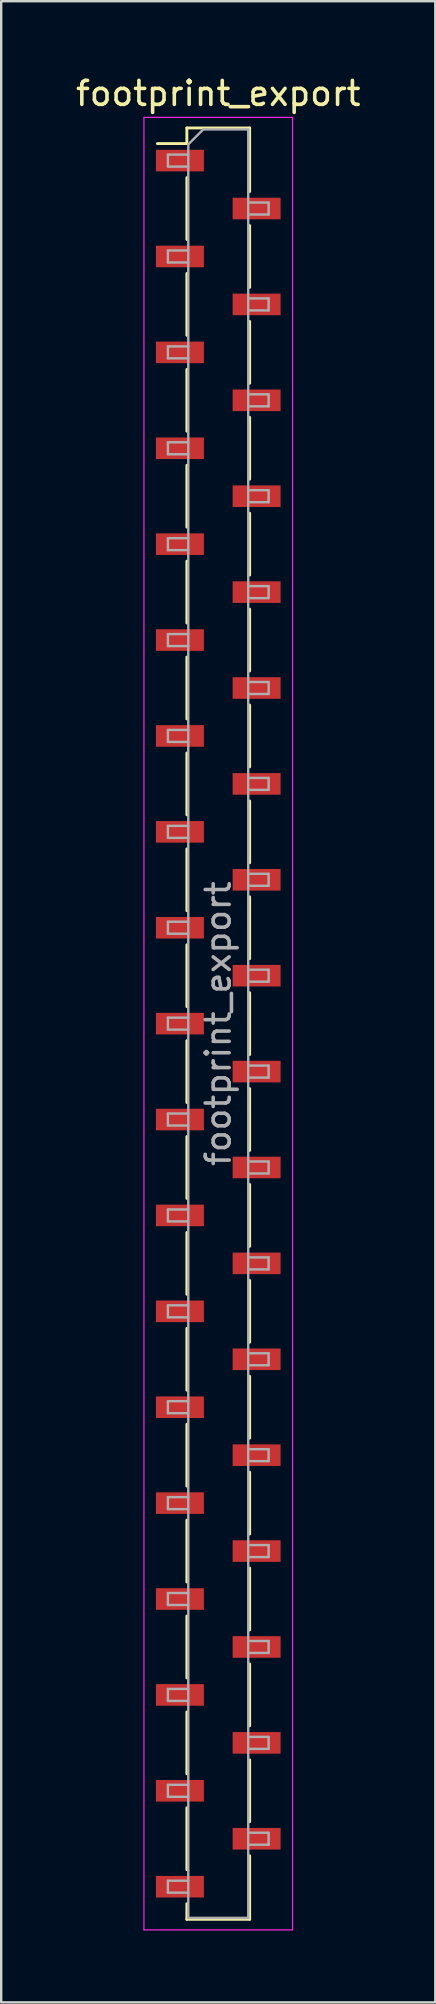
<source format=kicad_pcb>
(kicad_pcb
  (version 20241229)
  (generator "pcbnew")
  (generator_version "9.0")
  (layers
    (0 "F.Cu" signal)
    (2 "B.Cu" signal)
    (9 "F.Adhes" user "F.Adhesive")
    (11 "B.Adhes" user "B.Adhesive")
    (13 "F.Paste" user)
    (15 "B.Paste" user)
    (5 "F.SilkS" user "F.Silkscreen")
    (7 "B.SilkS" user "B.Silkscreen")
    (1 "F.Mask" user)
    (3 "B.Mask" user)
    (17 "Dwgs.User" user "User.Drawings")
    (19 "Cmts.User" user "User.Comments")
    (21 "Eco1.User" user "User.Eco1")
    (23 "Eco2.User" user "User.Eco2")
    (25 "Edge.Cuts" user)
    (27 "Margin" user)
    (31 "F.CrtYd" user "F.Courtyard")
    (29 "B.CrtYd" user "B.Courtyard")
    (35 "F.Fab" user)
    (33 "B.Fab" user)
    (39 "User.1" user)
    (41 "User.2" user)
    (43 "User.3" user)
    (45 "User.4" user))
  (footprint "footprint_export"
    (layer "F.Cu")
    (at 6.054 39.648)
    (property "Reference" "footprint_export" (at 0 -38.8 0) (layer "F.SilkS") (effects (font (size 1 1) (thickness 0.15))))
    (attr smd)
    (fp_line (start -2.54 -36.71) (end -1.31 -36.71) (stroke (width 0.12) (type solid)) (layer "F.SilkS"))
    (fp_line (start -1.31 -37.36) (end -1.31 -36.71) (stroke (width 0.12) (type solid)) (layer "F.SilkS"))
    (fp_line (start -1.31 -37.36) (end 1.31 -37.36) (stroke (width 0.12) (type solid)) (layer "F.SilkS"))
    (fp_line (start -1.31 -35.29) (end -1.31 -32.71) (stroke (width 0.12) (type solid)) (layer "F.SilkS"))
    (fp_line (start -1.31 -31.29) (end -1.31 -28.71) (stroke (width 0.12) (type solid)) (layer "F.SilkS"))
    (fp_line (start -1.31 -27.29) (end -1.31 -24.71) (stroke (width 0.12) (type solid)) (layer "F.SilkS"))
    (fp_line (start -1.31 -23.29) (end -1.31 -20.71) (stroke (width 0.12) (type solid)) (layer "F.SilkS"))
    (fp_line (start -1.31 -19.29) (end -1.31 -16.71) (stroke (width 0.12) (type solid)) (layer "F.SilkS"))
    (fp_line (start -1.31 -15.29) (end -1.31 -12.71) (stroke (width 0.12) (type solid)) (layer "F.SilkS"))
    (fp_line (start -1.31 -11.29) (end -1.31 -8.71) (stroke (width 0.12) (type solid)) (layer "F.SilkS"))
    (fp_line (start -1.31 -7.29) (end -1.31 -4.71) (stroke (width 0.12) (type solid)) (layer "F.SilkS"))
    (fp_line (start -1.31 -3.29) (end -1.31 -0.71) (stroke (width 0.12) (type solid)) (layer "F.SilkS"))
    (fp_line (start -1.31 0.71) (end -1.31 3.29) (stroke (width 0.12) (type solid)) (layer "F.SilkS"))
    (fp_line (start -1.31 4.71) (end -1.31 7.29) (stroke (width 0.12) (type solid)) (layer "F.SilkS"))
    (fp_line (start -1.31 8.71) (end -1.31 11.29) (stroke (width 0.12) (type solid)) (layer "F.SilkS"))
    (fp_line (start -1.31 12.71) (end -1.31 15.29) (stroke (width 0.12) (type solid)) (layer "F.SilkS"))
    (fp_line (start -1.31 16.71) (end -1.31 19.29) (stroke (width 0.12) (type solid)) (layer "F.SilkS"))
    (fp_line (start -1.31 20.71) (end -1.31 23.29) (stroke (width 0.12) (type solid)) (layer "F.SilkS"))
    (fp_line (start -1.31 24.71) (end -1.31 27.29) (stroke (width 0.12) (type solid)) (layer "F.SilkS"))
    (fp_line (start -1.31 28.71) (end -1.31 31.29) (stroke (width 0.12) (type solid)) (layer "F.SilkS"))
    (fp_line (start -1.31 32.71) (end -1.31 35.29) (stroke (width 0.12) (type solid)) (layer "F.SilkS"))
    (fp_line (start -1.31 36.71) (end -1.31 37.36) (stroke (width 0.12) (type solid)) (layer "F.SilkS"))
    (fp_line (start -1.31 37.36) (end 1.31 37.36) (stroke (width 0.12) (type solid)) (layer "F.SilkS"))
    (fp_line (start 1.31 -37.36) (end 1.31 -34.71) (stroke (width 0.12) (type solid)) (layer "F.SilkS"))
    (fp_line (start 1.31 -33.29) (end 1.31 -30.71) (stroke (width 0.12) (type solid)) (layer "F.SilkS"))
    (fp_line (start 1.31 -29.29) (end 1.31 -26.71) (stroke (width 0.12) (type solid)) (layer "F.SilkS"))
    (fp_line (start 1.31 -25.29) (end 1.31 -22.71) (stroke (width 0.12) (type solid)) (layer "F.SilkS"))
    (fp_line (start 1.31 -21.29) (end 1.31 -18.71) (stroke (width 0.12) (type solid)) (layer "F.SilkS"))
    (fp_line (start 1.31 -17.29) (end 1.31 -14.71) (stroke (width 0.12) (type solid)) (layer "F.SilkS"))
    (fp_line (start 1.31 -13.29) (end 1.31 -10.71) (stroke (width 0.12) (type solid)) (layer "F.SilkS"))
    (fp_line (start 1.31 -9.29) (end 1.31 -6.71) (stroke (width 0.12) (type solid)) (layer "F.SilkS"))
    (fp_line (start 1.31 -5.29) (end 1.31 -2.71) (stroke (width 0.12) (type solid)) (layer "F.SilkS"))
    (fp_line (start 1.31 -1.29) (end 1.31 1.29) (stroke (width 0.12) (type solid)) (layer "F.SilkS"))
    (fp_line (start 1.31 2.71) (end 1.31 5.29) (stroke (width 0.12) (type solid)) (layer "F.SilkS"))
    (fp_line (start 1.31 6.71) (end 1.31 9.29) (stroke (width 0.12) (type solid)) (layer "F.SilkS"))
    (fp_line (start 1.31 10.71) (end 1.31 13.29) (stroke (width 0.12) (type solid)) (layer "F.SilkS"))
    (fp_line (start 1.31 14.71) (end 1.31 17.29) (stroke (width 0.12) (type solid)) (layer "F.SilkS"))
    (fp_line (start 1.31 18.71) (end 1.31 21.29) (stroke (width 0.12) (type solid)) (layer "F.SilkS"))
    (fp_line (start 1.31 22.71) (end 1.31 25.29) (stroke (width 0.12) (type solid)) (layer "F.SilkS"))
    (fp_line (start 1.31 26.71) (end 1.31 29.29) (stroke (width 0.12) (type solid)) (layer "F.SilkS"))
    (fp_line (start 1.31 30.71) (end 1.31 33.29) (stroke (width 0.12) (type solid)) (layer "F.SilkS"))
    (fp_line (start 1.31 34.71) (end 1.31 37.36) (stroke (width 0.12) (type solid)) (layer "F.SilkS"))
    (fp_line (start -3.1 -37.8) (end 3.1 -37.8) (stroke (width 0.05) (type solid)) (layer "F.CrtYd"))
    (fp_line (start -3.1 37.8) (end -3.1 -37.8) (stroke (width 0.05) (type solid)) (layer "F.CrtYd"))
    (fp_line (start 3.1 -37.8) (end 3.1 37.8) (stroke (width 0.05) (type solid)) (layer "F.CrtYd"))
    (fp_line (start 3.1 37.8) (end -3.1 37.8) (stroke (width 0.05) (type solid)) (layer "F.CrtYd"))
    (fp_line (start -2.1 -36.25) (end -1.25 -36.25) (stroke (width 0.1) (type solid)) (layer "F.Fab"))
    (fp_line (start -2.1 -35.75) (end -2.1 -36.25) (stroke (width 0.1) (type solid)) (layer "F.Fab"))
    (fp_line (start -2.1 -32.25) (end -1.25 -32.25) (stroke (width 0.1) (type solid)) (layer "F.Fab"))
    (fp_line (start -2.1 -31.75) (end -2.1 -32.25) (stroke (width 0.1) (type solid)) (layer "F.Fab"))
    (fp_line (start -2.1 -28.25) (end -1.25 -28.25) (stroke (width 0.1) (type solid)) (layer "F.Fab"))
    (fp_line (start -2.1 -27.75) (end -2.1 -28.25) (stroke (width 0.1) (type solid)) (layer "F.Fab"))
    (fp_line (start -2.1 -24.25) (end -1.25 -24.25) (stroke (width 0.1) (type solid)) (layer "F.Fab"))
    (fp_line (start -2.1 -23.75) (end -2.1 -24.25) (stroke (width 0.1) (type solid)) (layer "F.Fab"))
    (fp_line (start -2.1 -20.25) (end -1.25 -20.25) (stroke (width 0.1) (type solid)) (layer "F.Fab"))
    (fp_line (start -2.1 -19.75) (end -2.1 -20.25) (stroke (width 0.1) (type solid)) (layer "F.Fab"))
    (fp_line (start -2.1 -16.25) (end -1.25 -16.25) (stroke (width 0.1) (type solid)) (layer "F.Fab"))
    (fp_line (start -2.1 -15.75) (end -2.1 -16.25) (stroke (width 0.1) (type solid)) (layer "F.Fab"))
    (fp_line (start -2.1 -12.25) (end -1.25 -12.25) (stroke (width 0.1) (type solid)) (layer "F.Fab"))
    (fp_line (start -2.1 -11.75) (end -2.1 -12.25) (stroke (width 0.1) (type solid)) (layer "F.Fab"))
    (fp_line (start -2.1 -8.25) (end -1.25 -8.25) (stroke (width 0.1) (type solid)) (layer "F.Fab"))
    (fp_line (start -2.1 -7.75) (end -2.1 -8.25) (stroke (width 0.1) (type solid)) (layer "F.Fab"))
    (fp_line (start -2.1 -4.25) (end -1.25 -4.25) (stroke (width 0.1) (type solid)) (layer "F.Fab"))
    (fp_line (start -2.1 -3.75) (end -2.1 -4.25) (stroke (width 0.1) (type solid)) (layer "F.Fab"))
    (fp_line (start -2.1 -0.25) (end -1.25 -0.25) (stroke (width 0.1) (type solid)) (layer "F.Fab"))
    (fp_line (start -2.1 0.25) (end -2.1 -0.25) (stroke (width 0.1) (type solid)) (layer "F.Fab"))
    (fp_line (start -2.1 3.75) (end -1.25 3.75) (stroke (width 0.1) (type solid)) (layer "F.Fab"))
    (fp_line (start -2.1 4.25) (end -2.1 3.75) (stroke (width 0.1) (type solid)) (layer "F.Fab"))
    (fp_line (start -2.1 7.75) (end -1.25 7.75) (stroke (width 0.1) (type solid)) (layer "F.Fab"))
    (fp_line (start -2.1 8.25) (end -2.1 7.75) (stroke (width 0.1) (type solid)) (layer "F.Fab"))
    (fp_line (start -2.1 11.75) (end -1.25 11.75) (stroke (width 0.1) (type solid)) (layer "F.Fab"))
    (fp_line (start -2.1 12.25) (end -2.1 11.75) (stroke (width 0.1) (type solid)) (layer "F.Fab"))
    (fp_line (start -2.1 15.75) (end -1.25 15.75) (stroke (width 0.1) (type solid)) (layer "F.Fab"))
    (fp_line (start -2.1 16.25) (end -2.1 15.75) (stroke (width 0.1) (type solid)) (layer "F.Fab"))
    (fp_line (start -2.1 19.75) (end -1.25 19.75) (stroke (width 0.1) (type solid)) (layer "F.Fab"))
    (fp_line (start -2.1 20.25) (end -2.1 19.75) (stroke (width 0.1) (type solid)) (layer "F.Fab"))
    (fp_line (start -2.1 23.75) (end -1.25 23.75) (stroke (width 0.1) (type solid)) (layer "F.Fab"))
    (fp_line (start -2.1 24.25) (end -2.1 23.75) (stroke (width 0.1) (type solid)) (layer "F.Fab"))
    (fp_line (start -2.1 27.75) (end -1.25 27.75) (stroke (width 0.1) (type solid)) (layer "F.Fab"))
    (fp_line (start -2.1 28.25) (end -2.1 27.75) (stroke (width 0.1) (type solid)) (layer "F.Fab"))
    (fp_line (start -2.1 31.75) (end -1.25 31.75) (stroke (width 0.1) (type solid)) (layer "F.Fab"))
    (fp_line (start -2.1 32.25) (end -2.1 31.75) (stroke (width 0.1) (type solid)) (layer "F.Fab"))
    (fp_line (start -2.1 35.75) (end -1.25 35.75) (stroke (width 0.1) (type solid)) (layer "F.Fab"))
    (fp_line (start -2.1 36.25) (end -2.1 35.75) (stroke (width 0.1) (type solid)) (layer "F.Fab"))
    (fp_line (start -1.25 -36.675) (end -0.625 -37.3) (stroke (width 0.1) (type solid)) (layer "F.Fab"))
    (fp_line (start -1.25 -35.75) (end -2.1 -35.75) (stroke (width 0.1) (type solid)) (layer "F.Fab"))
    (fp_line (start -1.25 -31.75) (end -2.1 -31.75) (stroke (width 0.1) (type solid)) (layer "F.Fab"))
    (fp_line (start -1.25 -27.75) (end -2.1 -27.75) (stroke (width 0.1) (type solid)) (layer "F.Fab"))
    (fp_line (start -1.25 -23.75) (end -2.1 -23.75) (stroke (width 0.1) (type solid)) (layer "F.Fab"))
    (fp_line (start -1.25 -19.75) (end -2.1 -19.75) (stroke (width 0.1) (type solid)) (layer "F.Fab"))
    (fp_line (start -1.25 -15.75) (end -2.1 -15.75) (stroke (width 0.1) (type solid)) (layer "F.Fab"))
    (fp_line (start -1.25 -11.75) (end -2.1 -11.75) (stroke (width 0.1) (type solid)) (layer "F.Fab"))
    (fp_line (start -1.25 -7.75) (end -2.1 -7.75) (stroke (width 0.1) (type solid)) (layer "F.Fab"))
    (fp_line (start -1.25 -3.75) (end -2.1 -3.75) (stroke (width 0.1) (type solid)) (layer "F.Fab"))
    (fp_line (start -1.25 0.25) (end -2.1 0.25) (stroke (width 0.1) (type solid)) (layer "F.Fab"))
    (fp_line (start -1.25 4.25) (end -2.1 4.25) (stroke (width 0.1) (type solid)) (layer "F.Fab"))
    (fp_line (start -1.25 8.25) (end -2.1 8.25) (stroke (width 0.1) (type solid)) (layer "F.Fab"))
    (fp_line (start -1.25 12.25) (end -2.1 12.25) (stroke (width 0.1) (type solid)) (layer "F.Fab"))
    (fp_line (start -1.25 16.25) (end -2.1 16.25) (stroke (width 0.1) (type solid)) (layer "F.Fab"))
    (fp_line (start -1.25 20.25) (end -2.1 20.25) (stroke (width 0.1) (type solid)) (layer "F.Fab"))
    (fp_line (start -1.25 24.25) (end -2.1 24.25) (stroke (width 0.1) (type solid)) (layer "F.Fab"))
    (fp_line (start -1.25 28.25) (end -2.1 28.25) (stroke (width 0.1) (type solid)) (layer "F.Fab"))
    (fp_line (start -1.25 32.25) (end -2.1 32.25) (stroke (width 0.1) (type solid)) (layer "F.Fab"))
    (fp_line (start -1.25 36.25) (end -2.1 36.25) (stroke (width 0.1) (type solid)) (layer "F.Fab"))
    (fp_line (start -1.25 37.3) (end -1.25 -36.675) (stroke (width 0.1) (type solid)) (layer "F.Fab"))
    (fp_line (start -0.625 -37.3) (end 1.25 -37.3) (stroke (width 0.1) (type solid)) (layer "F.Fab"))
    (fp_line (start 1.25 -37.3) (end 1.25 37.3) (stroke (width 0.1) (type solid)) (layer "F.Fab"))
    (fp_line (start 1.25 -34.25) (end 2.1 -34.25) (stroke (width 0.1) (type solid)) (layer "F.Fab"))
    (fp_line (start 1.25 -30.25) (end 2.1 -30.25) (stroke (width 0.1) (type solid)) (layer "F.Fab"))
    (fp_line (start 1.25 -26.25) (end 2.1 -26.25) (stroke (width 0.1) (type solid)) (layer "F.Fab"))
    (fp_line (start 1.25 -22.25) (end 2.1 -22.25) (stroke (width 0.1) (type solid)) (layer "F.Fab"))
    (fp_line (start 1.25 -18.25) (end 2.1 -18.25) (stroke (width 0.1) (type solid)) (layer "F.Fab"))
    (fp_line (start 1.25 -14.25) (end 2.1 -14.25) (stroke (width 0.1) (type solid)) (layer "F.Fab"))
    (fp_line (start 1.25 -10.25) (end 2.1 -10.25) (stroke (width 0.1) (type solid)) (layer "F.Fab"))
    (fp_line (start 1.25 -6.25) (end 2.1 -6.25) (stroke (width 0.1) (type solid)) (layer "F.Fab"))
    (fp_line (start 1.25 -2.25) (end 2.1 -2.25) (stroke (width 0.1) (type solid)) (layer "F.Fab"))
    (fp_line (start 1.25 1.75) (end 2.1 1.75) (stroke (width 0.1) (type solid)) (layer "F.Fab"))
    (fp_line (start 1.25 5.75) (end 2.1 5.75) (stroke (width 0.1) (type solid)) (layer "F.Fab"))
    (fp_line (start 1.25 9.75) (end 2.1 9.75) (stroke (width 0.1) (type solid)) (layer "F.Fab"))
    (fp_line (start 1.25 13.75) (end 2.1 13.75) (stroke (width 0.1) (type solid)) (layer "F.Fab"))
    (fp_line (start 1.25 17.75) (end 2.1 17.75) (stroke (width 0.1) (type solid)) (layer "F.Fab"))
    (fp_line (start 1.25 21.75) (end 2.1 21.75) (stroke (width 0.1) (type solid)) (layer "F.Fab"))
    (fp_line (start 1.25 25.75) (end 2.1 25.75) (stroke (width 0.1) (type solid)) (layer "F.Fab"))
    (fp_line (start 1.25 29.75) (end 2.1 29.75) (stroke (width 0.1) (type solid)) (layer "F.Fab"))
    (fp_line (start 1.25 33.75) (end 2.1 33.75) (stroke (width 0.1) (type solid)) (layer "F.Fab"))
    (fp_line (start 1.25 37.3) (end -1.25 37.3) (stroke (width 0.1) (type solid)) (layer "F.Fab"))
    (fp_line (start 2.1 -34.25) (end 2.1 -33.75) (stroke (width 0.1) (type solid)) (layer "F.Fab"))
    (fp_line (start 2.1 -33.75) (end 1.25 -33.75) (stroke (width 0.1) (type solid)) (layer "F.Fab"))
    (fp_line (start 2.1 -30.25) (end 2.1 -29.75) (stroke (width 0.1) (type solid)) (layer "F.Fab"))
    (fp_line (start 2.1 -29.75) (end 1.25 -29.75) (stroke (width 0.1) (type solid)) (layer "F.Fab"))
    (fp_line (start 2.1 -26.25) (end 2.1 -25.75) (stroke (width 0.1) (type solid)) (layer "F.Fab"))
    (fp_line (start 2.1 -25.75) (end 1.25 -25.75) (stroke (width 0.1) (type solid)) (layer "F.Fab"))
    (fp_line (start 2.1 -22.25) (end 2.1 -21.75) (stroke (width 0.1) (type solid)) (layer "F.Fab"))
    (fp_line (start 2.1 -21.75) (end 1.25 -21.75) (stroke (width 0.1) (type solid)) (layer "F.Fab"))
    (fp_line (start 2.1 -18.25) (end 2.1 -17.75) (stroke (width 0.1) (type solid)) (layer "F.Fab"))
    (fp_line (start 2.1 -17.75) (end 1.25 -17.75) (stroke (width 0.1) (type solid)) (layer "F.Fab"))
    (fp_line (start 2.1 -14.25) (end 2.1 -13.75) (stroke (width 0.1) (type solid)) (layer "F.Fab"))
    (fp_line (start 2.1 -13.75) (end 1.25 -13.75) (stroke (width 0.1) (type solid)) (layer "F.Fab"))
    (fp_line (start 2.1 -10.25) (end 2.1 -9.75) (stroke (width 0.1) (type solid)) (layer "F.Fab"))
    (fp_line (start 2.1 -9.75) (end 1.25 -9.75) (stroke (width 0.1) (type solid)) (layer "F.Fab"))
    (fp_line (start 2.1 -6.25) (end 2.1 -5.75) (stroke (width 0.1) (type solid)) (layer "F.Fab"))
    (fp_line (start 2.1 -5.75) (end 1.25 -5.75) (stroke (width 0.1) (type solid)) (layer "F.Fab"))
    (fp_line (start 2.1 -2.25) (end 2.1 -1.75) (stroke (width 0.1) (type solid)) (layer "F.Fab"))
    (fp_line (start 2.1 -1.75) (end 1.25 -1.75) (stroke (width 0.1) (type solid)) (layer "F.Fab"))
    (fp_line (start 2.1 1.75) (end 2.1 2.25) (stroke (width 0.1) (type solid)) (layer "F.Fab"))
    (fp_line (start 2.1 2.25) (end 1.25 2.25) (stroke (width 0.1) (type solid)) (layer "F.Fab"))
    (fp_line (start 2.1 5.75) (end 2.1 6.25) (stroke (width 0.1) (type solid)) (layer "F.Fab"))
    (fp_line (start 2.1 6.25) (end 1.25 6.25) (stroke (width 0.1) (type solid)) (layer "F.Fab"))
    (fp_line (start 2.1 9.75) (end 2.1 10.25) (stroke (width 0.1) (type solid)) (layer "F.Fab"))
    (fp_line (start 2.1 10.25) (end 1.25 10.25) (stroke (width 0.1) (type solid)) (layer "F.Fab"))
    (fp_line (start 2.1 13.75) (end 2.1 14.25) (stroke (width 0.1) (type solid)) (layer "F.Fab"))
    (fp_line (start 2.1 14.25) (end 1.25 14.25) (stroke (width 0.1) (type solid)) (layer "F.Fab"))
    (fp_line (start 2.1 17.75) (end 2.1 18.25) (stroke (width 0.1) (type solid)) (layer "F.Fab"))
    (fp_line (start 2.1 18.25) (end 1.25 18.25) (stroke (width 0.1) (type solid)) (layer "F.Fab"))
    (fp_line (start 2.1 21.75) (end 2.1 22.25) (stroke (width 0.1) (type solid)) (layer "F.Fab"))
    (fp_line (start 2.1 22.25) (end 1.25 22.25) (stroke (width 0.1) (type solid)) (layer "F.Fab"))
    (fp_line (start 2.1 25.75) (end 2.1 26.25) (stroke (width 0.1) (type solid)) (layer "F.Fab"))
    (fp_line (start 2.1 26.25) (end 1.25 26.25) (stroke (width 0.1) (type solid)) (layer "F.Fab"))
    (fp_line (start 2.1 29.75) (end 2.1 30.25) (stroke (width 0.1) (type solid)) (layer "F.Fab"))
    (fp_line (start 2.1 30.25) (end 1.25 30.25) (stroke (width 0.1) (type solid)) (layer "F.Fab"))
    (fp_line (start 2.1 33.75) (end 2.1 34.25) (stroke (width 0.1) (type solid)) (layer "F.Fab"))
    (fp_line (start 2.1 34.25) (end 1.25 34.25) (stroke (width 0.1) (type solid)) (layer "F.Fab"))
    (fp_text user "${REFERENCE}" (at 0 0 90) (layer "F.Fab") (effects (font (size 1 1) (thickness 0.15))))
    (pad "1" smd rect (at -1.6 -36) (size 2 0.9) (layers "F.Cu" "F.Mask" "F.Paste"))
    (pad "2" smd rect (at 1.6 -34) (size 2 0.9) (layers "F.Cu" "F.Mask" "F.Paste"))
    (pad "3" smd rect (at -1.6 -32) (size 2 0.9) (layers "F.Cu" "F.Mask" "F.Paste"))
    (pad "4" smd rect (at 1.6 -30) (size 2 0.9) (layers "F.Cu" "F.Mask" "F.Paste"))
    (pad "5" smd rect (at -1.6 -28) (size 2 0.9) (layers "F.Cu" "F.Mask" "F.Paste"))
    (pad "6" smd rect (at 1.6 -26) (size 2 0.9) (layers "F.Cu" "F.Mask" "F.Paste"))
    (pad "7" smd rect (at -1.6 -24) (size 2 0.9) (layers "F.Cu" "F.Mask" "F.Paste"))
    (pad "8" smd rect (at 1.6 -22) (size 2 0.9) (layers "F.Cu" "F.Mask" "F.Paste"))
    (pad "9" smd rect (at -1.6 -20) (size 2 0.9) (layers "F.Cu" "F.Mask" "F.Paste"))
    (pad "10" smd rect (at 1.6 -18) (size 2 0.9) (layers "F.Cu" "F.Mask" "F.Paste"))
    (pad "11" smd rect (at -1.6 -16) (size 2 0.9) (layers "F.Cu" "F.Mask" "F.Paste"))
    (pad "12" smd rect (at 1.6 -14) (size 2 0.9) (layers "F.Cu" "F.Mask" "F.Paste"))
    (pad "13" smd rect (at -1.6 -12) (size 2 0.9) (layers "F.Cu" "F.Mask" "F.Paste"))
    (pad "14" smd rect (at 1.6 -10) (size 2 0.9) (layers "F.Cu" "F.Mask" "F.Paste"))
    (pad "15" smd rect (at -1.6 -8) (size 2 0.9) (layers "F.Cu" "F.Mask" "F.Paste"))
    (pad "16" smd rect (at 1.6 -6) (size 2 0.9) (layers "F.Cu" "F.Mask" "F.Paste"))
    (pad "17" smd rect (at -1.6 -4) (size 2 0.9) (layers "F.Cu" "F.Mask" "F.Paste"))
    (pad "18" smd rect (at 1.6 -2) (size 2 0.9) (layers "F.Cu" "F.Mask" "F.Paste"))
    (pad "19" smd rect (at -1.6 0) (size 2 0.9) (layers "F.Cu" "F.Mask" "F.Paste"))
    (pad "20" smd rect (at 1.6 2) (size 2 0.9) (layers "F.Cu" "F.Mask" "F.Paste"))
    (pad "21" smd rect (at -1.6 4) (size 2 0.9) (layers "F.Cu" "F.Mask" "F.Paste"))
    (pad "22" smd rect (at 1.6 6) (size 2 0.9) (layers "F.Cu" "F.Mask" "F.Paste"))
    (pad "23" smd rect (at -1.6 8) (size 2 0.9) (layers "F.Cu" "F.Mask" "F.Paste"))
    (pad "24" smd rect (at 1.6 10) (size 2 0.9) (layers "F.Cu" "F.Mask" "F.Paste"))
    (pad "25" smd rect (at -1.6 12) (size 2 0.9) (layers "F.Cu" "F.Mask" "F.Paste"))
    (pad "26" smd rect (at 1.6 14) (size 2 0.9) (layers "F.Cu" "F.Mask" "F.Paste"))
    (pad "27" smd rect (at -1.6 16) (size 2 0.9) (layers "F.Cu" "F.Mask" "F.Paste"))
    (pad "28" smd rect (at 1.6 18) (size 2 0.9) (layers "F.Cu" "F.Mask" "F.Paste"))
    (pad "29" smd rect (at -1.6 20) (size 2 0.9) (layers "F.Cu" "F.Mask" "F.Paste"))
    (pad "30" smd rect (at 1.6 22) (size 2 0.9) (layers "F.Cu" "F.Mask" "F.Paste"))
    (pad "31" smd rect (at -1.6 24) (size 2 0.9) (layers "F.Cu" "F.Mask" "F.Paste"))
    (pad "32" smd rect (at 1.6 26) (size 2 0.9) (layers "F.Cu" "F.Mask" "F.Paste"))
    (pad "33" smd rect (at -1.6 28) (size 2 0.9) (layers "F.Cu" "F.Mask" "F.Paste"))
    (pad "34" smd rect (at 1.6 30) (size 2 0.9) (layers "F.Cu" "F.Mask" "F.Paste"))
    (pad "35" smd rect (at -1.6 32) (size 2 0.9) (layers "F.Cu" "F.Mask" "F.Paste"))
    (pad "36" smd rect (at 1.6 34) (size 2 0.9) (layers "F.Cu" "F.Mask" "F.Paste"))
    (pad "37" smd rect (at -1.6 36) (size 2 0.9) (layers "F.Cu" "F.Mask" "F.Paste")))
  (gr_rect
    (start -3 -3)
    (end 15.107 80.473)
    (stroke (width 0.1) (type default))
    (fill no)
    (layer "Edge.Cuts")))
</source>
